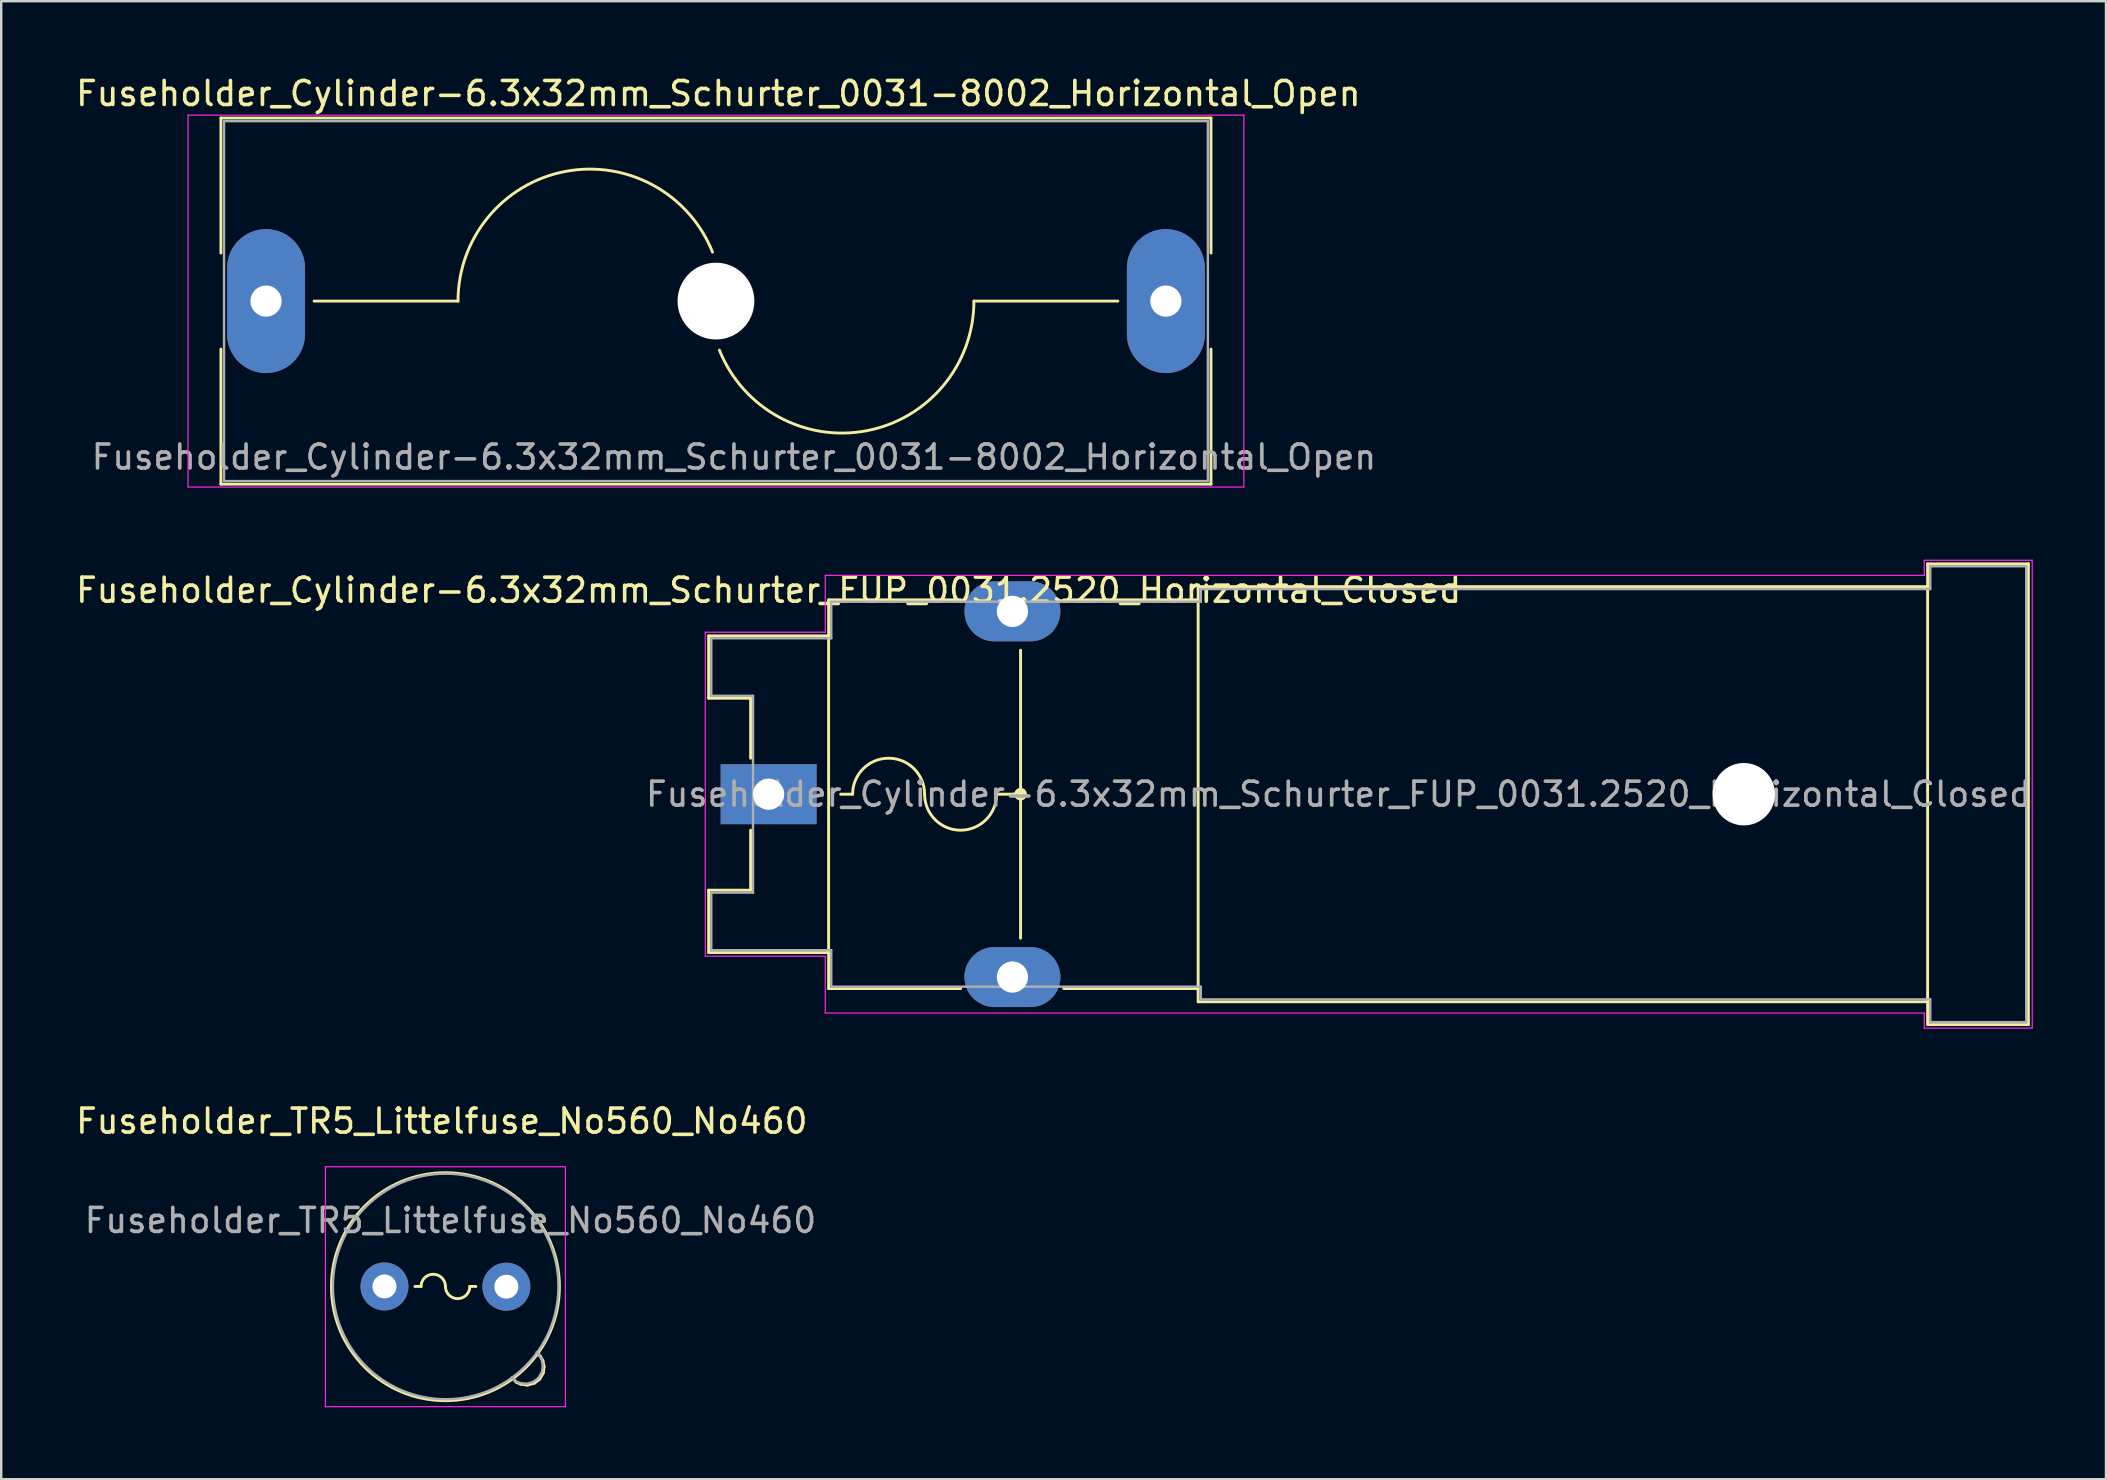
<source format=kicad_pcb>
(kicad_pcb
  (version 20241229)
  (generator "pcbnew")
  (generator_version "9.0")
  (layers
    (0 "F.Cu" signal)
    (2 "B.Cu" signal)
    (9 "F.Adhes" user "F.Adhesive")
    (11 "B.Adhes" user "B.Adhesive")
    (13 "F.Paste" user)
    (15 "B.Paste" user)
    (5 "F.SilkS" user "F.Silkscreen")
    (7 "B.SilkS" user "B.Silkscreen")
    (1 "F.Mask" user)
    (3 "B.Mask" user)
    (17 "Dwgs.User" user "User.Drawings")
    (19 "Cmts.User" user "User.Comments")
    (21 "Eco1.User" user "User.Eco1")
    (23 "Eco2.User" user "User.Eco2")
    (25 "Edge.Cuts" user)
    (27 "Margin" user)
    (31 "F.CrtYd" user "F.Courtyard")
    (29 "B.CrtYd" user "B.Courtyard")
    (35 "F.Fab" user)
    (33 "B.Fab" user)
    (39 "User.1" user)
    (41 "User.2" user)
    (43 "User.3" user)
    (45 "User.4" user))
  (footprint "Fuseholder_Cylinder-6.3x32mm_Schurter_0031-8002_Horizontal_Open"
    (layer "F.Cu")
    (at 8.037 9.498)
    (property "Reference" "Fuseholder_Cylinder-6.3x32mm_Schurter_0031-8002_Horizontal_Open" (at 18.85 -8.65 0) (layer "F.SilkS") (effects (font (size 1 1) (thickness 0.15))))
    (fp_line (start -1.88 -7.63) (end -1.88 -2) (stroke (width 0.12) (type solid)) (layer "F.SilkS"))
    (fp_line (start -1.88 -7.63) (end 39.38 -7.63) (stroke (width 0.12) (type solid)) (layer "F.SilkS"))
    (fp_line (start -1.88 2) (end -1.88 7.63) (stroke (width 0.12) (type solid)) (layer "F.SilkS"))
    (fp_line (start 2 0) (end 8 0) (stroke (width 0.12) (type solid)) (layer "F.SilkS"))
    (fp_line (start 29.5 0) (end 35.5 0) (stroke (width 0.12) (type solid)) (layer "F.SilkS"))
    (fp_line (start 39.38 -7.63) (end 39.38 -2) (stroke (width 0.12) (type solid)) (layer "F.SilkS"))
    (fp_line (start 39.38 2) (end 39.38 7.63) (stroke (width 0.12) (type solid)) (layer "F.SilkS"))
    (fp_line (start 39.38 7.63) (end -1.88 7.63) (stroke (width 0.12) (type solid)) (layer "F.SilkS"))
    (fp_arc (start 8 0) (mid 12.459909 -5.40076) (end 18.606622 -2.042649) (stroke (width 0.12) (type solid)) (layer "F.SilkS"))
    (fp_arc (start 29.5 0) (mid 25.040091 5.40076) (end 18.893378 2.042649) (stroke (width 0.12) (type solid)) (layer "F.SilkS"))
    (fp_line (start -3.25 -7.75) (end -3.25 7.75) (stroke (width 0.05) (type solid)) (layer "F.CrtYd"))
    (fp_line (start -3.25 -7.75) (end 40.75 -7.75) (stroke (width 0.05) (type solid)) (layer "F.CrtYd"))
    (fp_line (start 40.75 7.75) (end -3.25 7.75) (stroke (width 0.05) (type solid)) (layer "F.CrtYd"))
    (fp_line (start 40.75 7.75) (end 40.75 -7.75) (stroke (width 0.05) (type solid)) (layer "F.CrtYd"))
    (fp_line (start -1.75 -7.5) (end -1.75 7.5) (stroke (width 0.1) (type solid)) (layer "F.Fab"))
    (fp_line (start -1.75 7.5) (end 39.25 7.5) (stroke (width 0.1) (type solid)) (layer "F.Fab"))
    (fp_line (start 39.25 -7.5) (end -1.75 -7.5) (stroke (width 0.1) (type solid)) (layer "F.Fab"))
    (fp_line (start 39.25 7.5) (end 39.25 -7.5) (stroke (width 0.1) (type solid)) (layer "F.Fab"))
    (fp_text user "${REFERENCE}" (at 19.5 6.5 0) (layer "F.Fab") (effects (font (size 1 1) (thickness 0.15))))
    (pad "" np_thru_hole circle (at 18.75 0) (size 3.2 3.2) (drill 3.2) (layers "*.Cu" "*.Mask"))
    (pad "1" thru_hole oval (at 0 0) (size 3.25 6) (drill 1.3) (layers "*.Cu" "*.Mask"))
    (pad "2" thru_hole oval (at 37.5 0) (size 3.25 6) (drill 1.3) (layers "*.Cu" "*.Mask")))
  (footprint "Fuseholder_Cylinder-6.3x32mm_Schurter_FUP_0031.2520_Horizontal_Closed"
    (layer "F.Cu")
    (at 28.982 30.048)
    (property "Reference" "Fuseholder_Cylinder-6.3x32mm_Schurter_FUP_0031.2520_Horizontal_Closed" (at 0 -8.5 0) (layer "F.SilkS") (effects (font (size 1 1) (thickness 0.15))))
    (fp_line (start -2.5 -6.6) (end 2.5 -6.6) (stroke (width 0.12) (type solid)) (layer "F.SilkS"))
    (fp_line (start -2.5 -4) (end -2.5 -6.6) (stroke (width 0.12) (type solid)) (layer "F.SilkS"))
    (fp_line (start -2.5 4) (end -0.75 4) (stroke (width 0.12) (type solid)) (layer "F.SilkS"))
    (fp_line (start -2.5 6.6) (end -2.5 4) (stroke (width 0.12) (type solid)) (layer "F.SilkS"))
    (fp_line (start -2.5 6.6) (end 2.5 6.6) (stroke (width 0.12) (type solid)) (layer "F.SilkS"))
    (fp_line (start -0.75 -4) (end -2.5 -4) (stroke (width 0.12) (type solid)) (layer "F.SilkS"))
    (fp_line (start -0.75 -1.5) (end -0.75 -4) (stroke (width 0.12) (type solid)) (layer "F.SilkS"))
    (fp_line (start -0.75 4) (end -0.75 1.5) (stroke (width 0.12) (type solid)) (layer "F.SilkS"))
    (fp_line (start 2.5 -8.1) (end 8 -8.1) (stroke (width 0.12) (type solid)) (layer "F.SilkS"))
    (fp_line (start 2.5 8.1) (end 2.5 -8.1) (stroke (width 0.12) (type solid)) (layer "F.SilkS"))
    (fp_line (start 2.5 8.1) (end 8 8.1) (stroke (width 0.12) (type solid)) (layer "F.SilkS"))
    (fp_line (start 3.5 0) (end 3 0) (stroke (width 0.12) (type solid)) (layer "F.SilkS"))
    (fp_line (start 9.5 0) (end 10.5 0) (stroke (width 0.12) (type solid)) (layer "F.SilkS"))
    (fp_line (start 10.2 0) (end 10.5 0) (stroke (width 0.12) (type solid)) (layer "F.SilkS"))
    (fp_line (start 10.5 0) (end 10.5 -6) (stroke (width 0.12) (type solid)) (layer "F.SilkS"))
    (fp_line (start 10.5 0) (end 10.5 6) (stroke (width 0.12) (type solid)) (layer "F.SilkS"))
    (fp_line (start 12.3 -8.1) (end 17.9 -8.1) (stroke (width 0.12) (type solid)) (layer "F.SilkS"))
    (fp_line (start 12.3 8.1) (end 17.9 8.1) (stroke (width 0.12) (type solid)) (layer "F.SilkS"))
    (fp_line (start 17.9 -8.65) (end 48.3 -8.65) (stroke (width 0.12) (type solid)) (layer "F.SilkS"))
    (fp_line (start 17.9 8.65) (end 17.9 -8.65) (stroke (width 0.12) (type solid)) (layer "F.SilkS"))
    (fp_line (start 17.9 8.65) (end 48.3 8.65) (stroke (width 0.12) (type solid)) (layer "F.SilkS"))
    (fp_line (start 48.3 -9.6) (end 52.5 -9.6) (stroke (width 0.12) (type solid)) (layer "F.SilkS"))
    (fp_line (start 48.3 9.6) (end 48.3 -9.6) (stroke (width 0.12) (type solid)) (layer "F.SilkS"))
    (fp_line (start 48.3 9.6) (end 52.5 9.6) (stroke (width 0.12) (type solid)) (layer "F.SilkS"))
    (fp_line (start 52.5 -9.6) (end 52.5 9.6) (stroke (width 0.12) (type solid)) (layer "F.SilkS"))
    (fp_arc (start 3.5 0) (mid 5 -1.5) (end 6.5 0) (stroke (width 0.12) (type solid)) (layer "F.SilkS"))
    (fp_arc (start 9.5 0) (mid 8 1.5) (end 6.5 0) (stroke (width 0.12) (type solid)) (layer "F.SilkS"))
    (fp_circle (center 10.5 0) (end 10.6 -0.025) (stroke (width 0.12) (type solid)) (fill no) (layer "F.SilkS"))
    (fp_circle (center 10.5 0) (end 10.675 -0.1) (stroke (width 0.12) (type solid)) (fill no) (layer "F.SilkS"))
    (fp_line (start -2.64 -6.75) (end 2.36 -6.75) (stroke (width 0.05) (type solid)) (layer "F.CrtYd"))
    (fp_line (start -2.64 6.75) (end -2.64 -6.75) (stroke (width 0.05) (type solid)) (layer "F.CrtYd"))
    (fp_line (start -2.64 6.75) (end 2.36 6.75) (stroke (width 0.05) (type solid)) (layer "F.CrtYd"))
    (fp_line (start 2.36 -9.12) (end 2.36 -6.75) (stroke (width 0.05) (type solid)) (layer "F.CrtYd"))
    (fp_line (start 2.36 -9.12) (end 48.16 -9.12) (stroke (width 0.05) (type solid)) (layer "F.CrtYd"))
    (fp_line (start 2.36 6.75) (end 2.36 9.12) (stroke (width 0.05) (type solid)) (layer "F.CrtYd"))
    (fp_line (start 48.16 -9.75) (end 48.16 -9.12) (stroke (width 0.05) (type solid)) (layer "F.CrtYd"))
    (fp_line (start 48.16 -9.75) (end 52.66 -9.75) (stroke (width 0.05) (type solid)) (layer "F.CrtYd"))
    (fp_line (start 48.16 9.12) (end 2.36 9.12) (stroke (width 0.05) (type solid)) (layer "F.CrtYd"))
    (fp_line (start 48.16 9.12) (end 48.16 9.75) (stroke (width 0.05) (type solid)) (layer "F.CrtYd"))
    (fp_line (start 48.16 9.75) (end 52.66 9.75) (stroke (width 0.05) (type solid)) (layer "F.CrtYd"))
    (fp_line (start 52.66 -9.75) (end 52.66 9.75) (stroke (width 0.05) (type solid)) (layer "F.CrtYd"))
    (fp_line (start -2.39 -4.1) (end -2.39 -6.5) (stroke (width 0.1) (type solid)) (layer "F.Fab"))
    (fp_line (start -2.39 -4.1) (end -0.65 -4.1) (stroke (width 0.1) (type solid)) (layer "F.Fab"))
    (fp_line (start -2.39 4.1) (end -2.39 6.5) (stroke (width 0.1) (type solid)) (layer "F.Fab"))
    (fp_line (start -2.39 6.5) (end 2.61 6.5) (stroke (width 0.1) (type solid)) (layer "F.Fab"))
    (fp_line (start -0.65 -4.1) (end -0.65 4.1) (stroke (width 0.1) (type solid)) (layer "F.Fab"))
    (fp_line (start -0.65 4.1) (end -2.39 4.1) (stroke (width 0.1) (type solid)) (layer "F.Fab"))
    (fp_line (start 2.61 -8.02) (end 2.61 -6.5) (stroke (width 0.1) (type solid)) (layer "F.Fab"))
    (fp_line (start 2.61 -6.5) (end -2.39 -6.5) (stroke (width 0.1) (type solid)) (layer "F.Fab"))
    (fp_line (start 2.61 6.5) (end 2.61 8.02) (stroke (width 0.1) (type solid)) (layer "F.Fab"))
    (fp_line (start 2.61 8.02) (end 18.01 8.02) (stroke (width 0.1) (type solid)) (layer "F.Fab"))
    (fp_line (start 18.01 -8.55) (end 18.01 -8.02) (stroke (width 0.1) (type solid)) (layer "F.Fab"))
    (fp_line (start 18.01 -8.02) (end 2.61 -8.02) (stroke (width 0.1) (type solid)) (layer "F.Fab"))
    (fp_line (start 18.01 8.02) (end 18.01 8.55) (stroke (width 0.1) (type solid)) (layer "F.Fab"))
    (fp_line (start 18.01 8.55) (end 48.41 8.55) (stroke (width 0.1) (type solid)) (layer "F.Fab"))
    (fp_line (start 48.41 -9.5) (end 48.41 -8.55) (stroke (width 0.1) (type solid)) (layer "F.Fab"))
    (fp_line (start 48.41 -8.55) (end 18.01 -8.55) (stroke (width 0.1) (type solid)) (layer "F.Fab"))
    (fp_line (start 48.41 8.55) (end 48.41 9.5) (stroke (width 0.1) (type solid)) (layer "F.Fab"))
    (fp_line (start 48.41 9.5) (end 52.41 9.5) (stroke (width 0.1) (type solid)) (layer "F.Fab"))
    (fp_line (start 52.41 -9.5) (end 48.41 -9.5) (stroke (width 0.1) (type solid)) (layer "F.Fab"))
    (fp_line (start 52.41 -9.5) (end 52.41 9.5) (stroke (width 0.1) (type solid)) (layer "F.Fab"))
    (fp_text user "${REFERENCE}" (at 23.75 0 0) (layer "F.Fab") (effects (font (size 1 1) (thickness 0.15))))
    (pad "" np_thru_hole circle (at 40.64 0) (size 2.6 2.6) (drill 2.6) (layers "*.Cu" "*.Mask"))
    (pad "1" thru_hole rect (at 0 0) (size 4 2.5) (drill 1.3) (layers "*.Cu" "*.Mask"))
    (pad "2" thru_hole oval (at 10.16 -7.62) (size 4 2.5) (drill 1.3) (layers "*.Cu" "*.Mask"))
    (pad "2" thru_hole oval (at 10.16 7.62) (size 4 2.5) (drill 1.3) (layers "*.Cu" "*.Mask")))
  (footprint "Fuseholder_TR5_Littelfuse_No560_No460"
    (layer "F.Cu")
    (at 12.973 50.562)
    (property "Reference" "Fuseholder_TR5_Littelfuse_No560_No460" (at 2.39 -6.89 0) (layer "F.SilkS") (effects (font (size 1 1) (thickness 0.15))))
    (fp_line (start 1.27 0) (end 1.524 0) (stroke (width 0.12) (type solid)) (layer "F.SilkS"))
    (fp_line (start 3.81 0) (end 3.556 0) (stroke (width 0.12) (type solid)) (layer "F.SilkS"))
    (fp_line (start 5.49 3.99) (end 5.36 3.84) (stroke (width 0.12) (type solid)) (layer "F.SilkS"))
    (fp_line (start 5.67 4.07) (end 5.49 3.99) (stroke (width 0.12) (type solid)) (layer "F.SilkS"))
    (fp_line (start 5.96 4.11) (end 5.67 4.07) (stroke (width 0.12) (type solid)) (layer "F.SilkS"))
    (fp_line (start 6.25 4.03) (end 5.96 4.11) (stroke (width 0.12) (type solid)) (layer "F.SilkS"))
    (fp_line (start 6.39 2.79) (end 6.51 2.93) (stroke (width 0.12) (type solid)) (layer "F.SilkS"))
    (fp_line (start 6.47 3.86) (end 6.25 4.03) (stroke (width 0.12) (type solid)) (layer "F.SilkS"))
    (fp_line (start 6.51 2.93) (end 6.6 3.09) (stroke (width 0.12) (type solid)) (layer "F.SilkS"))
    (fp_line (start 6.6 3.09) (end 6.65 3.34) (stroke (width 0.12) (type solid)) (layer "F.SilkS"))
    (fp_line (start 6.62 3.6) (end 6.47 3.86) (stroke (width 0.12) (type solid)) (layer "F.SilkS"))
    (fp_line (start 6.65 3.34) (end 6.62 3.6) (stroke (width 0.12) (type solid)) (layer "F.SilkS"))
    (fp_arc (start 1.524 0) (mid 2.032 -0.508) (end 2.54 0) (stroke (width 0.12) (type solid)) (layer "F.SilkS"))
    (fp_arc (start 3.556 0) (mid 3.048 0.508) (end 2.54 0) (stroke (width 0.12) (type solid)) (layer "F.SilkS"))
    (fp_circle (center 2.54 0.01) (end 7.29 0.01) (stroke (width 0.12) (type solid)) (fill no) (layer "F.SilkS"))
    (fp_line (start -2.46 -4.99) (end -2.46 5.01) (stroke (width 0.05) (type solid)) (layer "F.CrtYd"))
    (fp_line (start -2.46 -4.99) (end 7.54 -4.99) (stroke (width 0.05) (type solid)) (layer "F.CrtYd"))
    (fp_line (start 7.54 5.01) (end -2.46 5.01) (stroke (width 0.05) (type solid)) (layer "F.CrtYd"))
    (fp_line (start 7.54 5.01) (end 7.54 -4.99) (stroke (width 0.05) (type solid)) (layer "F.CrtYd"))
    (fp_line (start 5.44 3.94) (end 5.31 3.79) (stroke (width 0.1) (type solid)) (layer "F.Fab"))
    (fp_line (start 5.62 4.02) (end 5.44 3.94) (stroke (width 0.1) (type solid)) (layer "F.Fab"))
    (fp_line (start 5.91 4.06) (end 5.62 4.02) (stroke (width 0.1) (type solid)) (layer "F.Fab"))
    (fp_line (start 6.2 3.98) (end 5.91 4.06) (stroke (width 0.1) (type solid)) (layer "F.Fab"))
    (fp_line (start 6.34 2.74) (end 6.46 2.88) (stroke (width 0.1) (type solid)) (layer "F.Fab"))
    (fp_line (start 6.42 3.81) (end 6.2 3.98) (stroke (width 0.1) (type solid)) (layer "F.Fab"))
    (fp_line (start 6.46 2.88) (end 6.55 3.04) (stroke (width 0.1) (type solid)) (layer "F.Fab"))
    (fp_line (start 6.55 3.04) (end 6.6 3.29) (stroke (width 0.1) (type solid)) (layer "F.Fab"))
    (fp_line (start 6.57 3.55) (end 6.42 3.81) (stroke (width 0.1) (type solid)) (layer "F.Fab"))
    (fp_line (start 6.6 3.29) (end 6.57 3.55) (stroke (width 0.1) (type solid)) (layer "F.Fab"))
    (fp_circle (center 2.55 0) (end 7.25 0) (stroke (width 0.1) (type solid)) (fill no) (layer "F.Fab"))
    (fp_text user "${REFERENCE}" (at 2.75 -2.75 0) (layer "F.Fab") (effects (font (size 1 1) (thickness 0.15))))
    (pad "1" thru_hole circle (at 0 0) (size 2 2) (drill 1) (layers "*.Cu" "*.Mask"))
    (pad "2" thru_hole circle (at 5.08 0.01) (size 2 2) (drill 1) (layers "*.Cu" "*.Mask")))
  (gr_rect
    (start -3 -3)
    (end 84.714 58.596)
    (stroke (width 0.1) (type default))
    (fill no)
    (layer "Edge.Cuts")))
</source>
